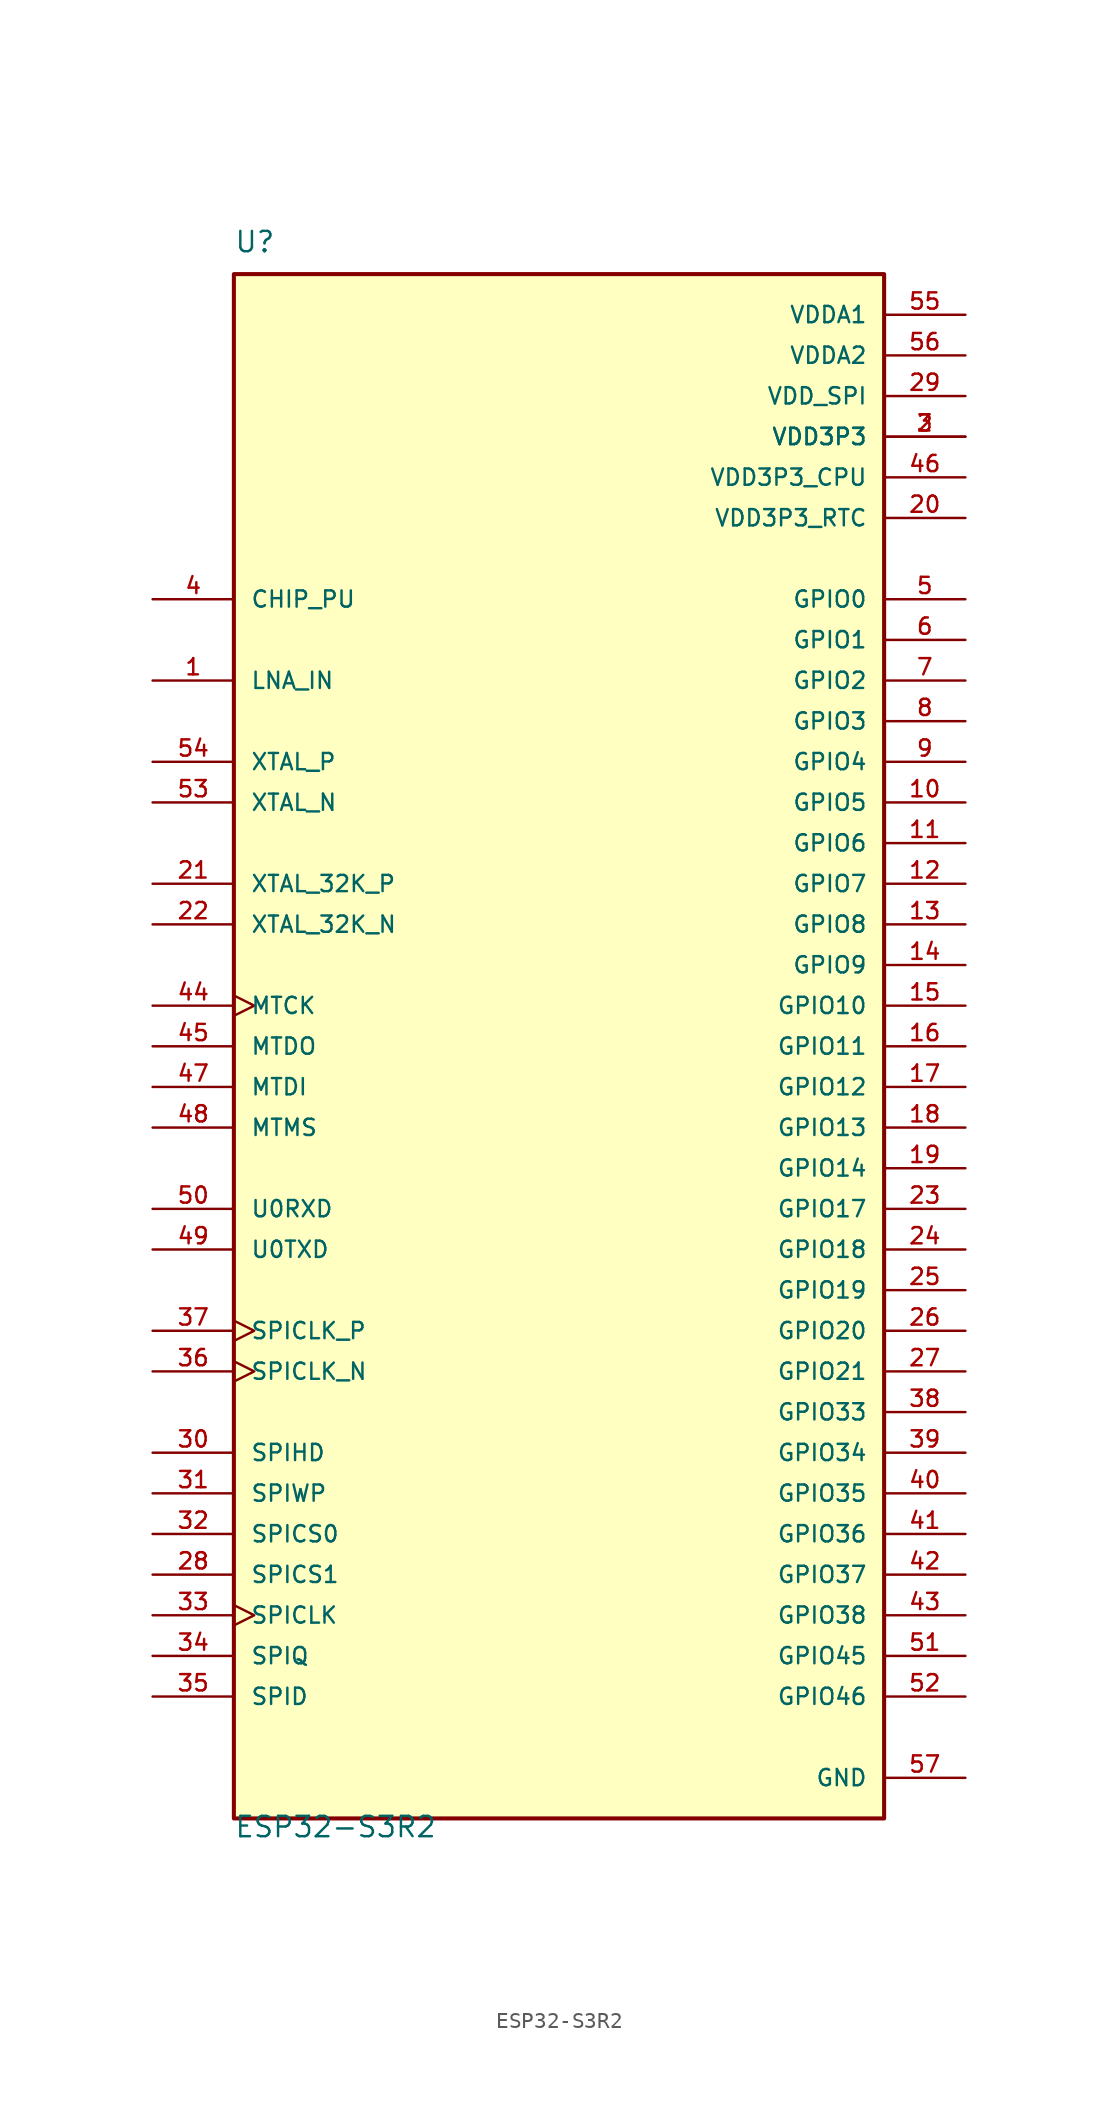
<source format=kicad_sym>
(kicad_symbol_lib
  (version 20211014)
  (generator kicad_symbol_editor)
  (symbol "ESP32-S3R2"
    (pin_names
      (offset 1.016))
    (property "Reference" "U"
      (at -20.32 49.53 0)
      (effects (font (size 1.27 1.27)) (justify left bottom)))
    (property "Value" "ESP32-S3R2"
      (at -20.32 -49.53 0)
      (effects (font (size 1.27 1.27)) (justify left bottom)))
    (symbol "ESP32-S3R2_0_0"
      (rectangle (start -20.32 -48.26) (end 20.32 48.26) (stroke (width 0.254) (type default) (color 0 0 0 0)) (fill (type background)))
      (pin bidirectional line (at -25.4 22.86 0) (length 5.08) (name "LNA_IN" (effects (font (size 1.016 1.016)))) (number "1" (effects (font (size 1.016 1.016)))))
      (pin bidirectional line (at 25.4 15.24 180) (length 5.08) (name "GPIO5" (effects (font (size 1.016 1.016)))) (number "10" (effects (font (size 1.016 1.016)))))
      (pin bidirectional line (at 25.4 12.7 180) (length 5.08) (name "GPIO6" (effects (font (size 1.016 1.016)))) (number "11" (effects (font (size 1.016 1.016)))))
      (pin bidirectional line (at 25.4 10.16 180) (length 5.08) (name "GPIO7" (effects (font (size 1.016 1.016)))) (number "12" (effects (font (size 1.016 1.016)))))
      (pin bidirectional line (at 25.4 7.62 180) (length 5.08) (name "GPIO8" (effects (font (size 1.016 1.016)))) (number "13" (effects (font (size 1.016 1.016)))))
      (pin bidirectional line (at 25.4 5.08 180) (length 5.08) (name "GPIO9" (effects (font (size 1.016 1.016)))) (number "14" (effects (font (size 1.016 1.016)))))
      (pin bidirectional line (at 25.4 2.54 180) (length 5.08) (name "GPIO10" (effects (font (size 1.016 1.016)))) (number "15" (effects (font (size 1.016 1.016)))))
      (pin bidirectional line (at 25.4 0 180) (length 5.08) (name "GPIO11" (effects (font (size 1.016 1.016)))) (number "16" (effects (font (size 1.016 1.016)))))
      (pin bidirectional line (at 25.4 -2.54 180) (length 5.08) (name "GPIO12" (effects (font (size 1.016 1.016)))) (number "17" (effects (font (size 1.016 1.016)))))
      (pin bidirectional line (at 25.4 -5.08 180) (length 5.08) (name "GPIO13" (effects (font (size 1.016 1.016)))) (number "18" (effects (font (size 1.016 1.016)))))
      (pin bidirectional line (at 25.4 -7.62 180) (length 5.08) (name "GPIO14" (effects (font (size 1.016 1.016)))) (number "19" (effects (font (size 1.016 1.016)))))
      (pin power_in line (at 25.4 38.1 180) (length 5.08) (name "VDD3P3" (effects (font (size 1.016 1.016)))) (number "2" (effects (font (size 1.016 1.016)))))
      (pin power_in line (at 25.4 33.02 180) (length 5.08) (name "VDD3P3_RTC" (effects (font (size 1.016 1.016)))) (number "20" (effects (font (size 1.016 1.016)))))
      (pin bidirectional line (at -25.4 10.16 0) (length 5.08) (name "XTAL_32K_P" (effects (font (size 1.016 1.016)))) (number "21" (effects (font (size 1.016 1.016)))))
      (pin bidirectional line (at -25.4 7.62 0) (length 5.08) (name "XTAL_32K_N" (effects (font (size 1.016 1.016)))) (number "22" (effects (font (size 1.016 1.016)))))
      (pin bidirectional line (at 25.4 -10.16 180) (length 5.08) (name "GPIO17" (effects (font (size 1.016 1.016)))) (number "23" (effects (font (size 1.016 1.016)))))
      (pin bidirectional line (at 25.4 -12.7 180) (length 5.08) (name "GPIO18" (effects (font (size 1.016 1.016)))) (number "24" (effects (font (size 1.016 1.016)))))
      (pin bidirectional line (at 25.4 -15.24 180) (length 5.08) (name "GPIO19" (effects (font (size 1.016 1.016)))) (number "25" (effects (font (size 1.016 1.016)))))
      (pin bidirectional line (at 25.4 -17.78 180) (length 5.08) (name "GPIO20" (effects (font (size 1.016 1.016)))) (number "26" (effects (font (size 1.016 1.016)))))
      (pin bidirectional line (at 25.4 -20.32 180) (length 5.08) (name "GPIO21" (effects (font (size 1.016 1.016)))) (number "27" (effects (font (size 1.016 1.016)))))
      (pin bidirectional line (at -25.4 -33.02 0) (length 5.08) (name "SPICS1" (effects (font (size 1.016 1.016)))) (number "28" (effects (font (size 1.016 1.016)))))
      (pin power_in line (at 25.4 40.64 180) (length 5.08) (name "VDD_SPI" (effects (font (size 1.016 1.016)))) (number "29" (effects (font (size 1.016 1.016)))))
      (pin power_in line (at 25.4 38.1 180) (length 5.08) (name "VDD3P3" (effects (font (size 1.016 1.016)))) (number "3" (effects (font (size 1.016 1.016)))))
      (pin bidirectional line (at -25.4 -25.4 0) (length 5.08) (name "SPIHD" (effects (font (size 1.016 1.016)))) (number "30" (effects (font (size 1.016 1.016)))))
      (pin bidirectional line (at -25.4 -27.94 0) (length 5.08) (name "SPIWP" (effects (font (size 1.016 1.016)))) (number "31" (effects (font (size 1.016 1.016)))))
      (pin bidirectional line (at -25.4 -30.48 0) (length 5.08) (name "SPICS0" (effects (font (size 1.016 1.016)))) (number "32" (effects (font (size 1.016 1.016)))))
      (pin bidirectional clock (at -25.4 -35.56 0) (length 5.08) (name "SPICLK" (effects (font (size 1.016 1.016)))) (number "33" (effects (font (size 1.016 1.016)))))
      (pin bidirectional line (at -25.4 -38.1 0) (length 5.08) (name "SPIQ" (effects (font (size 1.016 1.016)))) (number "34" (effects (font (size 1.016 1.016)))))
      (pin bidirectional line (at -25.4 -40.64 0) (length 5.08) (name "SPID" (effects (font (size 1.016 1.016)))) (number "35" (effects (font (size 1.016 1.016)))))
      (pin bidirectional clock (at -25.4 -20.32 0) (length 5.08) (name "SPICLK_N" (effects (font (size 1.016 1.016)))) (number "36" (effects (font (size 1.016 1.016)))))
      (pin bidirectional clock (at -25.4 -17.78 0) (length 5.08) (name "SPICLK_P" (effects (font (size 1.016 1.016)))) (number "37" (effects (font (size 1.016 1.016)))))
      (pin bidirectional line (at 25.4 -22.86 180) (length 5.08) (name "GPIO33" (effects (font (size 1.016 1.016)))) (number "38" (effects (font (size 1.016 1.016)))))
      (pin bidirectional line (at 25.4 -25.4 180) (length 5.08) (name "GPIO34" (effects (font (size 1.016 1.016)))) (number "39" (effects (font (size 1.016 1.016)))))
      (pin input line (at -25.4 27.94 0) (length 5.08) (name "CHIP_PU" (effects (font (size 1.016 1.016)))) (number "4" (effects (font (size 1.016 1.016)))))
      (pin bidirectional line (at 25.4 -27.94 180) (length 5.08) (name "GPIO35" (effects (font (size 1.016 1.016)))) (number "40" (effects (font (size 1.016 1.016)))))
      (pin bidirectional line (at 25.4 -30.48 180) (length 5.08) (name "GPIO36" (effects (font (size 1.016 1.016)))) (number "41" (effects (font (size 1.016 1.016)))))
      (pin bidirectional line (at 25.4 -33.02 180) (length 5.08) (name "GPIO37" (effects (font (size 1.016 1.016)))) (number "42" (effects (font (size 1.016 1.016)))))
      (pin bidirectional line (at 25.4 -35.56 180) (length 5.08) (name "GPIO38" (effects (font (size 1.016 1.016)))) (number "43" (effects (font (size 1.016 1.016)))))
      (pin bidirectional clock (at -25.4 2.54 0) (length 5.08) (name "MTCK" (effects (font (size 1.016 1.016)))) (number "44" (effects (font (size 1.016 1.016)))))
      (pin bidirectional line (at -25.4 0 0) (length 5.08) (name "MTDO" (effects (font (size 1.016 1.016)))) (number "45" (effects (font (size 1.016 1.016)))))
      (pin power_in line (at 25.4 35.56 180) (length 5.08) (name "VDD3P3_CPU" (effects (font (size 1.016 1.016)))) (number "46" (effects (font (size 1.016 1.016)))))
      (pin bidirectional line (at -25.4 -2.54 0) (length 5.08) (name "MTDI" (effects (font (size 1.016 1.016)))) (number "47" (effects (font (size 1.016 1.016)))))
      (pin bidirectional line (at -25.4 -5.08 0) (length 5.08) (name "MTMS" (effects (font (size 1.016 1.016)))) (number "48" (effects (font (size 1.016 1.016)))))
      (pin bidirectional line (at -25.4 -12.7 0) (length 5.08) (name "U0TXD" (effects (font (size 1.016 1.016)))) (number "49" (effects (font (size 1.016 1.016)))))
      (pin bidirectional line (at 25.4 27.94 180) (length 5.08) (name "GPIO0" (effects (font (size 1.016 1.016)))) (number "5" (effects (font (size 1.016 1.016)))))
      (pin bidirectional line (at -25.4 -10.16 0) (length 5.08) (name "U0RXD" (effects (font (size 1.016 1.016)))) (number "50" (effects (font (size 1.016 1.016)))))
      (pin bidirectional line (at 25.4 -38.1 180) (length 5.08) (name "GPIO45" (effects (font (size 1.016 1.016)))) (number "51" (effects (font (size 1.016 1.016)))))
      (pin bidirectional line (at 25.4 -40.64 180) (length 5.08) (name "GPIO46" (effects (font (size 1.016 1.016)))) (number "52" (effects (font (size 1.016 1.016)))))
      (pin output line (at -25.4 15.24 0) (length 5.08) (name "XTAL_N" (effects (font (size 1.016 1.016)))) (number "53" (effects (font (size 1.016 1.016)))))
      (pin input line (at -25.4 17.78 0) (length 5.08) (name "XTAL_P" (effects (font (size 1.016 1.016)))) (number "54" (effects (font (size 1.016 1.016)))))
      (pin power_in line (at 25.4 45.72 180) (length 5.08) (name "VDDA1" (effects (font (size 1.016 1.016)))) (number "55" (effects (font (size 1.016 1.016)))))
      (pin power_in line (at 25.4 43.18 180) (length 5.08) (name "VDDA2" (effects (font (size 1.016 1.016)))) (number "56" (effects (font (size 1.016 1.016)))))
      (pin power_in line (at 25.4 -45.72 180) (length 5.08) (name "GND" (effects (font (size 1.016 1.016)))) (number "57" (effects (font (size 1.016 1.016)))))
      (pin bidirectional line (at 25.4 25.4 180) (length 5.08) (name "GPIO1" (effects (font (size 1.016 1.016)))) (number "6" (effects (font (size 1.016 1.016)))))
      (pin bidirectional line (at 25.4 22.86 180) (length 5.08) (name "GPIO2" (effects (font (size 1.016 1.016)))) (number "7" (effects (font (size 1.016 1.016)))))
      (pin bidirectional line (at 25.4 20.32 180) (length 5.08) (name "GPIO3" (effects (font (size 1.016 1.016)))) (number "8" (effects (font (size 1.016 1.016)))))
      (pin bidirectional line (at 25.4 17.78 180) (length 5.08) (name "GPIO4" (effects (font (size 1.016 1.016)))) (number "9" (effects (font (size 1.016 1.016))))))))
</source>
